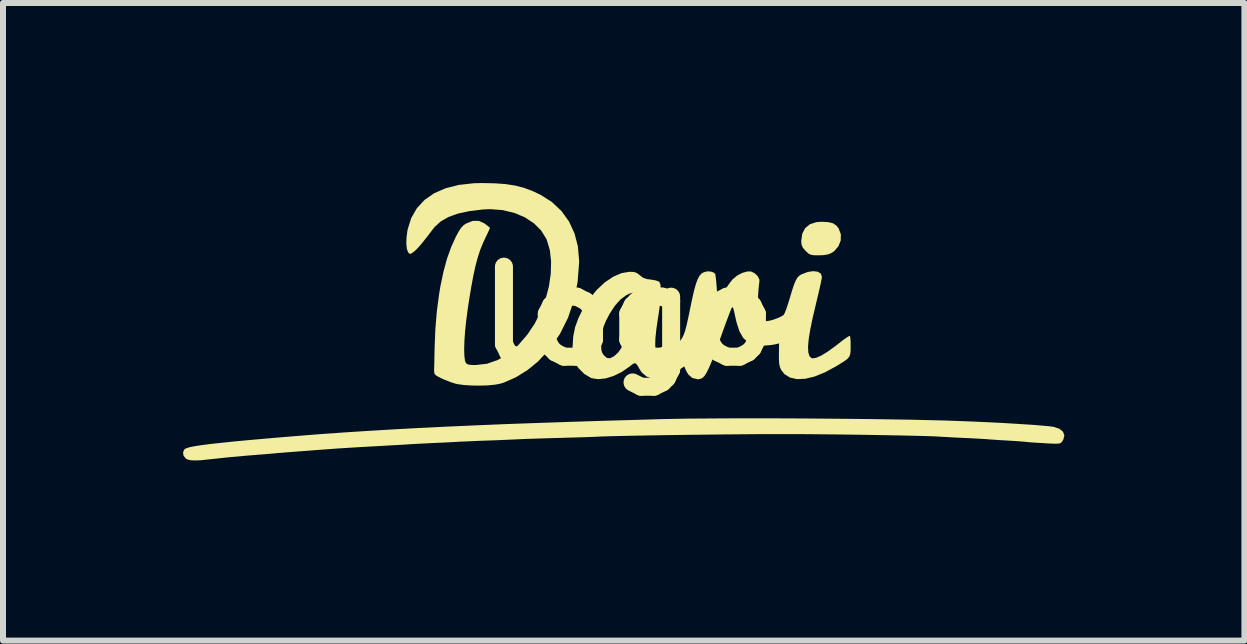
<source format=kicad_pcb>
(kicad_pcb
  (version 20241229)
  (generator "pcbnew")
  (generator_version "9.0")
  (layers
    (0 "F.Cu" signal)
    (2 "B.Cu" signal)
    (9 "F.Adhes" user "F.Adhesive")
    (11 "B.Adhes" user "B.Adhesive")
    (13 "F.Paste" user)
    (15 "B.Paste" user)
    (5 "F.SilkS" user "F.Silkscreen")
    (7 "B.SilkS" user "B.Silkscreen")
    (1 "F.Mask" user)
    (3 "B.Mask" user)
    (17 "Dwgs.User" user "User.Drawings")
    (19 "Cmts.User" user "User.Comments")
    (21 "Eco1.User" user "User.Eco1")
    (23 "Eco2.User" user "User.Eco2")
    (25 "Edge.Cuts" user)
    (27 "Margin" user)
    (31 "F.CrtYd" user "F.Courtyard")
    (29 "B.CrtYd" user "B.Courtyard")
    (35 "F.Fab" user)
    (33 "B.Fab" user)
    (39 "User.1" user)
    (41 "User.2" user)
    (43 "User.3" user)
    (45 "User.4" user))
  (footprint "logo"
    (layer "F.Cu")
    (at 7.418 2.215)
    (property "Reference" "logo" (at 0 0 0) (layer "F.SilkS") (effects (font (size 1.5 1.5) (thickness 0.3))))
    (attr board_only exclude_from_pos_files exclude_from_bom)
    (fp_poly (pts (xy 3.332 -1.564) (xy 3.411 -1.545) (xy 3.467 -1.507) (xy 3.506 -1.458) (xy 3.542 -1.36) (xy 3.54 -1.258) (xy 3.502 -1.162) (xy 3.431 -1.08) (xy 3.393 -1.054) (xy 3.332 -1.027) (xy 3.253 -1.014) (xy 3.176 -1.011) (xy 3.095 -1.012) (xy 3.043 -1.02) (xy 3.005 -1.039) (xy 2.965 -1.075) (xy 2.955 -1.084) (xy 2.907 -1.14) (xy 2.886 -1.194) (xy 2.882 -1.246) (xy 2.898 -1.369) (xy 2.947 -1.463) (xy 3.026 -1.529) (xy 3.136 -1.564) (xy 3.222 -1.57)) (stroke (width 0) (type solid)) (fill yes) (layer "F.SilkS"))
    (fp_poly (pts (xy -2.231 -2.211) (xy -2.046 -2.198) (xy -1.884 -2.173) (xy -1.737 -2.135) (xy -1.595 -2.082) (xy -1.459 -2.018) (xy -1.271 -1.898) (xy -1.113 -1.749) (xy -0.987 -1.574) (xy -0.895 -1.375) (xy -0.839 -1.157) (xy -0.819 -0.921) (xy -0.819 -0.888) (xy -0.844 -0.566) (xy -0.906 -0.259) (xy -1.004 0.03) (xy -1.137 0.297) (xy -1.303 0.54) (xy -1.502 0.757) (xy -1.503 0.758) (xy -1.68 0.902) (xy -1.874 1.022) (xy -2.072 1.109) (xy -2.128 1.127) (xy -2.217 1.144) (xy -2.336 1.156) (xy -2.471 1.16) (xy -2.61 1.158) (xy -2.739 1.15) (xy -2.846 1.135) (xy -2.878 1.128) (xy -2.965 1.1) (xy -3.061 1.062) (xy -3.115 1.038) (xy -3.181 1.004) (xy -3.218 0.978) (xy -3.232 0.949) (xy -3.235 0.905) (xy -3.235 0.893) (xy -3.233 0.837) (xy -3.231 0.751) (xy -3.229 0.645) (xy -3.227 0.538) (xy -3.214 0.213) (xy -3.189 -0.084) (xy -3.151 -0.369) (xy -3.13 -0.495) (xy -3.078 -0.743) (xy -3.019 -0.959) (xy -2.949 -1.153) (xy -2.873 -1.319) (xy -2.824 -1.411) (xy -2.782 -1.473) (xy -2.74 -1.516) (xy -2.699 -1.542) (xy -2.59 -1.585) (xy -2.489 -1.585) (xy -2.398 -1.544) (xy -2.384 -1.533) (xy -2.338 -1.497) (xy -2.309 -1.474) (xy -2.305 -1.471) (xy -2.311 -1.451) (xy -2.332 -1.403) (xy -2.364 -1.336) (xy -2.372 -1.32) (xy -2.423 -1.21) (xy -2.469 -1.096) (xy -2.509 -0.972) (xy -2.546 -0.833) (xy -2.581 -0.672) (xy -2.616 -0.484) (xy -2.653 -0.262) (xy -2.677 -0.099) (xy -2.701 0.084) (xy -2.719 0.257) (xy -2.73 0.416) (xy -2.734 0.553) (xy -2.731 0.664) (xy -2.721 0.742) (xy -2.711 0.772) (xy -2.693 0.796) (xy -2.662 0.81) (xy -2.609 0.816) (xy -2.54 0.817) (xy -2.354 0.796) (xy -2.174 0.733) (xy -2 0.63) (xy -1.835 0.488) (xy -1.68 0.308) (xy -1.562 0.132) (xy -1.459 -0.066) (xy -1.379 -0.277) (xy -1.322 -0.493) (xy -1.291 -0.707) (xy -1.286 -0.912) (xy -1.307 -1.1) (xy -1.357 -1.265) (xy -1.364 -1.283) (xy -1.452 -1.425) (xy -1.574 -1.546) (xy -1.725 -1.645) (xy -1.899 -1.718) (xy -2.092 -1.764) (xy -2.299 -1.78) (xy -2.419 -1.775) (xy -2.648 -1.747) (xy -2.839 -1.706) (xy -2.997 -1.649) (xy -3.124 -1.576) (xy -3.224 -1.485) (xy -3.252 -1.451) (xy -3.352 -1.319) (xy -3.432 -1.219) (xy -3.494 -1.146) (xy -3.544 -1.095) (xy -3.577 -1.067) (xy -3.619 -1.038) (xy -3.642 -1.035) (xy -3.663 -1.056) (xy -3.669 -1.063) (xy -3.689 -1.118) (xy -3.698 -1.203) (xy -3.695 -1.307) (xy -3.68 -1.419) (xy -3.675 -1.445) (xy -3.616 -1.633) (xy -3.522 -1.796) (xy -3.394 -1.934) (xy -3.235 -2.045) (xy -3.044 -2.128) (xy -2.823 -2.184) (xy -2.573 -2.212) (xy -2.45 -2.215)) (stroke (width 0) (type solid)) (fill yes) (layer "F.SilkS"))
    (fp_poly (pts (xy 2.269 1.705) (xy 2.625 1.706) (xy 2.987 1.708) (xy 3.351 1.711) (xy 3.71 1.714) (xy 4.061 1.718) (xy 4.396 1.723) (xy 4.712 1.728) (xy 5.003 1.735) (xy 5.264 1.741) (xy 5.323 1.743) (xy 5.544 1.751) (xy 5.769 1.76) (xy 5.993 1.77) (xy 6.21 1.781) (xy 6.416 1.793) (xy 6.606 1.805) (xy 6.773 1.816) (xy 6.913 1.828) (xy 7.02 1.838) (xy 7.09 1.848) (xy 7.091 1.848) (xy 7.184 1.879) (xy 7.243 1.927) (xy 7.266 1.989) (xy 7.249 2.059) (xy 7.234 2.084) (xy 7.218 2.105) (xy 7.199 2.119) (xy 7.169 2.126) (xy 7.121 2.128) (xy 7.046 2.126) (xy 6.936 2.12) (xy 6.931 2.119) (xy 6.825 2.113) (xy 6.733 2.107) (xy 6.664 2.102) (xy 6.628 2.098) (xy 6.627 2.098) (xy 6.593 2.094) (xy 6.526 2.089) (xy 6.434 2.082) (xy 6.327 2.076) (xy 6.312 2.075) (xy 6.202 2.069) (xy 6.104 2.062) (xy 6.027 2.057) (xy 5.981 2.053) (xy 5.979 2.053) (xy 5.939 2.05) (xy 5.866 2.046) (xy 5.767 2.04) (xy 5.652 2.034) (xy 5.592 2.032) (xy 5.471 2.026) (xy 5.361 2.02) (xy 5.271 2.015) (xy 5.21 2.012) (xy 5.194 2.011) (xy 5.132 2.007) (xy 5.031 2.003) (xy 4.897 1.999) (xy 4.734 1.995) (xy 4.548 1.991) (xy 4.341 1.987) (xy 4.121 1.983) (xy 3.89 1.979) (xy 3.654 1.976) (xy 3.418 1.973) (xy 3.186 1.971) (xy 2.964 1.969) (xy 2.755 1.968) (xy 2.57 1.968) (xy 2.364 1.968) (xy 2.136 1.969) (xy 1.892 1.971) (xy 1.635 1.973) (xy 1.372 1.976) (xy 1.107 1.979) (xy 0.844 1.982) (xy 0.59 1.986) (xy 0.348 1.99) (xy 0.124 1.994) (xy -0.078 1.998) (xy -0.252 2.002) (xy -0.393 2.006) (xy -0.498 2.01) (xy -0.51 2.011) (xy -0.582 2.014) (xy -0.688 2.018) (xy -0.819 2.022) (xy -0.964 2.026) (xy -1.116 2.031) (xy -1.161 2.032) (xy -1.315 2.036) (xy -1.466 2.041) (xy -1.605 2.045) (xy -1.723 2.049) (xy -1.811 2.053) (xy -1.828 2.054) (xy -1.918 2.058) (xy -2.036 2.063) (xy -2.171 2.069) (xy -2.307 2.074) (xy -2.344 2.075) (xy -2.477 2.08) (xy -2.611 2.086) (xy -2.732 2.091) (xy -2.828 2.095) (xy -2.85 2.097) (xy -2.945 2.102) (xy -3.065 2.108) (xy -3.193 2.114) (xy -3.28 2.118) (xy -3.399 2.124) (xy -3.521 2.13) (xy -3.627 2.136) (xy -3.688 2.14) (xy -3.778 2.146) (xy -3.892 2.152) (xy -4.012 2.159) (xy -4.065 2.162) (xy -4.462 2.184) (xy -4.834 2.207) (xy -5.199 2.234) (xy -5.377 2.248) (xy -5.461 2.254) (xy -5.565 2.262) (xy -5.656 2.269) (xy -5.752 2.277) (xy -5.846 2.284) (xy -5.914 2.291) (xy -5.986 2.297) (xy -6.08 2.305) (xy -6.173 2.312) (xy -6.268 2.32) (xy -6.362 2.327) (xy -6.431 2.334) (xy -6.506 2.341) (xy -6.601 2.349) (xy -6.667 2.355) (xy -6.762 2.365) (xy -6.874 2.377) (xy -6.979 2.388) (xy -7.118 2.403) (xy -7.222 2.407) (xy -7.298 2.403) (xy -7.35 2.388) (xy -7.372 2.375) (xy -7.41 2.328) (xy -7.418 2.271) (xy -7.395 2.222) (xy -7.389 2.216) (xy -7.358 2.201) (xy -7.302 2.185) (xy -7.217 2.168) (xy -7.103 2.151) (xy -6.955 2.132) (xy -6.771 2.112) (xy -6.55 2.089) (xy -6.302 2.066) (xy -5.916 2.032) (xy -5.53 2) (xy -5.142 1.969) (xy -4.746 1.941) (xy -4.341 1.915) (xy -3.924 1.89) (xy -3.49 1.866) (xy -3.037 1.844) (xy -2.561 1.823) (xy -2.06 1.802) (xy -1.53 1.783) (xy -0.968 1.764) (xy -0.371 1.745) (xy 0.264 1.727) (xy 0.559 1.718) (xy 0.767 1.714) (xy 1.013 1.71) (xy 1.291 1.708) (xy 1.597 1.706) (xy 1.924 1.705)) (stroke (width 0) (type solid)) (fill yes) (layer "F.SilkS"))
    (fp_poly (pts (xy 3.157 -0.738) (xy 3.207 -0.708) (xy 3.226 -0.656) (xy 3.226 -0.654) (xy 3.221 -0.616) (xy 3.207 -0.544) (xy 3.185 -0.446) (xy 3.158 -0.33) (xy 3.129 -0.208) (xy 3.073 0.028) (xy 3.032 0.226) (xy 3.006 0.387) (xy 2.995 0.514) (xy 3 0.607) (xy 3.019 0.669) (xy 3.053 0.701) (xy 3.07 0.706) (xy 3.13 0.697) (xy 3.214 0.66) (xy 3.32 0.596) (xy 3.443 0.507) (xy 3.501 0.462) (xy 3.575 0.404) (xy 3.637 0.36) (xy 3.679 0.335) (xy 3.693 0.331) (xy 3.699 0.357) (xy 3.704 0.415) (xy 3.705 0.493) (xy 3.705 0.509) (xy 3.704 0.583) (xy 3.698 0.637) (xy 3.682 0.679) (xy 3.649 0.717) (xy 3.594 0.757) (xy 3.511 0.809) (xy 3.458 0.841) (xy 3.274 0.94) (xy 3.104 1.009) (xy 2.948 1.046) (xy 2.811 1.052) (xy 2.695 1.026) (xy 2.603 0.969) (xy 2.55 0.902) (xy 2.528 0.855) (xy 2.515 0.799) (xy 2.51 0.72) (xy 2.51 0.644) (xy 2.513 0.457) (xy 2.434 0.475) (xy 2.369 0.485) (xy 2.282 0.492) (xy 2.218 0.494) (xy 2.094 0.481) (xy 1.994 0.438) (xy 1.914 0.364) (xy 1.852 0.254) (xy 1.804 0.106) (xy 1.794 0.063) (xy 1.772 -0.038) (xy 1.757 -0.103) (xy 1.746 -0.137) (xy 1.736 -0.147) (xy 1.726 -0.138) (xy 1.719 -0.126) (xy 1.706 -0.095) (xy 1.681 -0.03) (xy 1.647 0.06) (xy 1.606 0.171) (xy 1.562 0.293) (xy 1.562 0.294) (xy 1.491 0.49) (xy 1.432 0.65) (xy 1.382 0.777) (xy 1.34 0.874) (xy 1.304 0.946) (xy 1.272 0.996) (xy 1.241 1.028) (xy 1.21 1.045) (xy 1.176 1.053) (xy 1.152 1.053) (xy 1.068 1.033) (xy 1 0.974) (xy 0.962 0.909) (xy 0.933 0.84) (xy 0.825 0.913) (xy 0.75 0.96) (xy 0.674 1.001) (xy 0.635 1.02) (xy 0.518 1.05) (xy 0.404 1.046) (xy 0.304 1.008) (xy 0.224 0.94) (xy 0.198 0.901) (xy 0.157 0.83) (xy 0.128 0.793) (xy 0.101 0.787) (xy 0.064 0.808) (xy 0.019 0.844) (xy -0.109 0.933) (xy -0.244 0.999) (xy -0.377 1.04) (xy -0.501 1.053) (xy -0.608 1.037) (xy -0.623 1.031) (xy -0.733 0.965) (xy -0.83 0.868) (xy -0.873 0.806) (xy -0.9 0.755) (xy -0.916 0.707) (xy -0.925 0.649) (xy -0.928 0.567) (xy -0.928 0.507) (xy -0.927 0.501) (xy -0.451 0.501) (xy -0.448 0.562) (xy -0.438 0.604) (xy -0.419 0.638) (xy -0.409 0.651) (xy -0.358 0.697) (xy -0.305 0.705) (xy -0.243 0.674) (xy -0.216 0.653) (xy -0.168 0.607) (xy -0.126 0.549) (xy -0.088 0.476) (xy -0.052 0.381) (xy -0.016 0.26) (xy 0.022 0.108) (xy 0.064 -0.081) (xy 0.073 -0.125) (xy 0.096 -0.243) (xy 0.106 -0.323) (xy 0.101 -0.37) (xy 0.079 -0.388) (xy 0.038 -0.38) (xy -0.024 -0.351) (xy -0.035 -0.345) (xy -0.128 -0.277) (xy -0.221 -0.173) (xy -0.309 -0.039) (xy -0.369 0.075) (xy -0.408 0.167) (xy -0.431 0.249) (xy -0.443 0.342) (xy -0.447 0.408) (xy -0.451 0.501) (xy -0.927 0.501) (xy -0.917 0.34) (xy -0.886 0.187) (xy -0.83 0.034) (xy -0.76 -0.107) (xy -0.649 -0.283) (xy -0.524 -0.436) (xy -0.39 -0.561) (xy -0.25 -0.655) (xy -0.11 -0.715) (xy 0.018 -0.736) (xy 0.091 -0.734) (xy 0.141 -0.718) (xy 0.187 -0.684) (xy 0.193 -0.678) (xy 0.247 -0.637) (xy 0.311 -0.615) (xy 0.375 -0.607) (xy 0.449 -0.595) (xy 0.503 -0.577) (xy 0.52 -0.565) (xy 0.537 -0.519) (xy 0.543 -0.434) (xy 0.539 -0.317) (xy 0.525 -0.171) (xy 0.501 0.001) (xy 0.497 0.022) (xy 0.468 0.218) (xy 0.452 0.374) (xy 0.449 0.491) (xy 0.459 0.571) (xy 0.481 0.613) (xy 0.484 0.615) (xy 0.535 0.628) (xy 0.608 0.609) (xy 0.694 0.561) (xy 0.751 0.519) (xy 0.81 0.47) (xy 0.856 0.424) (xy 0.893 0.374) (xy 0.924 0.313) (xy 0.951 0.234) (xy 0.977 0.132) (xy 1.006 -0.002) (xy 1.028 -0.11) (xy 1.065 -0.288) (xy 1.097 -0.427) (xy 1.127 -0.534) (xy 1.156 -0.612) (xy 1.186 -0.668) (xy 1.218 -0.705) (xy 1.254 -0.727) (xy 1.316 -0.744) (xy 1.38 -0.74) (xy 1.431 -0.72) (xy 1.449 -0.699) (xy 1.455 -0.665) (xy 1.463 -0.6) (xy 1.471 -0.513) (xy 1.475 -0.453) (xy 1.49 -0.238) (xy 1.585 -0.393) (xy 1.638 -0.474) (xy 1.69 -0.549) (xy 1.732 -0.603) (xy 1.738 -0.61) (xy 1.812 -0.672) (xy 1.899 -0.718) (xy 1.985 -0.742) (xy 2.044 -0.742) (xy 2.106 -0.713) (xy 2.156 -0.665) (xy 2.184 -0.609) (xy 2.185 -0.571) (xy 2.179 -0.533) (xy 2.172 -0.462) (xy 2.165 -0.369) (xy 2.159 -0.267) (xy 2.145 -0.008) (xy 2.204 0.039) (xy 2.255 0.071) (xy 2.299 0.086) (xy 2.302 0.086) (xy 2.357 0.078) (xy 2.43 0.057) (xy 2.505 0.029) (xy 2.564 -0.001) (xy 2.59 -0.019) (xy 2.608 -0.053) (xy 2.634 -0.119) (xy 2.663 -0.206) (xy 2.689 -0.291) (xy 2.729 -0.425) (xy 2.762 -0.524) (xy 2.792 -0.595) (xy 2.821 -0.643) (xy 2.853 -0.674) (xy 2.89 -0.696) (xy 2.992 -0.734) (xy 3.083 -0.747)) (stroke (width 0) (type solid)) (fill yes) (layer "F.SilkS")))
  (gr_rect
    (start -3 -3)
    (end 17.684 7.623)
    (stroke (width 0.1) (type default))
    (fill no)
    (layer "Edge.Cuts")))
</source>
